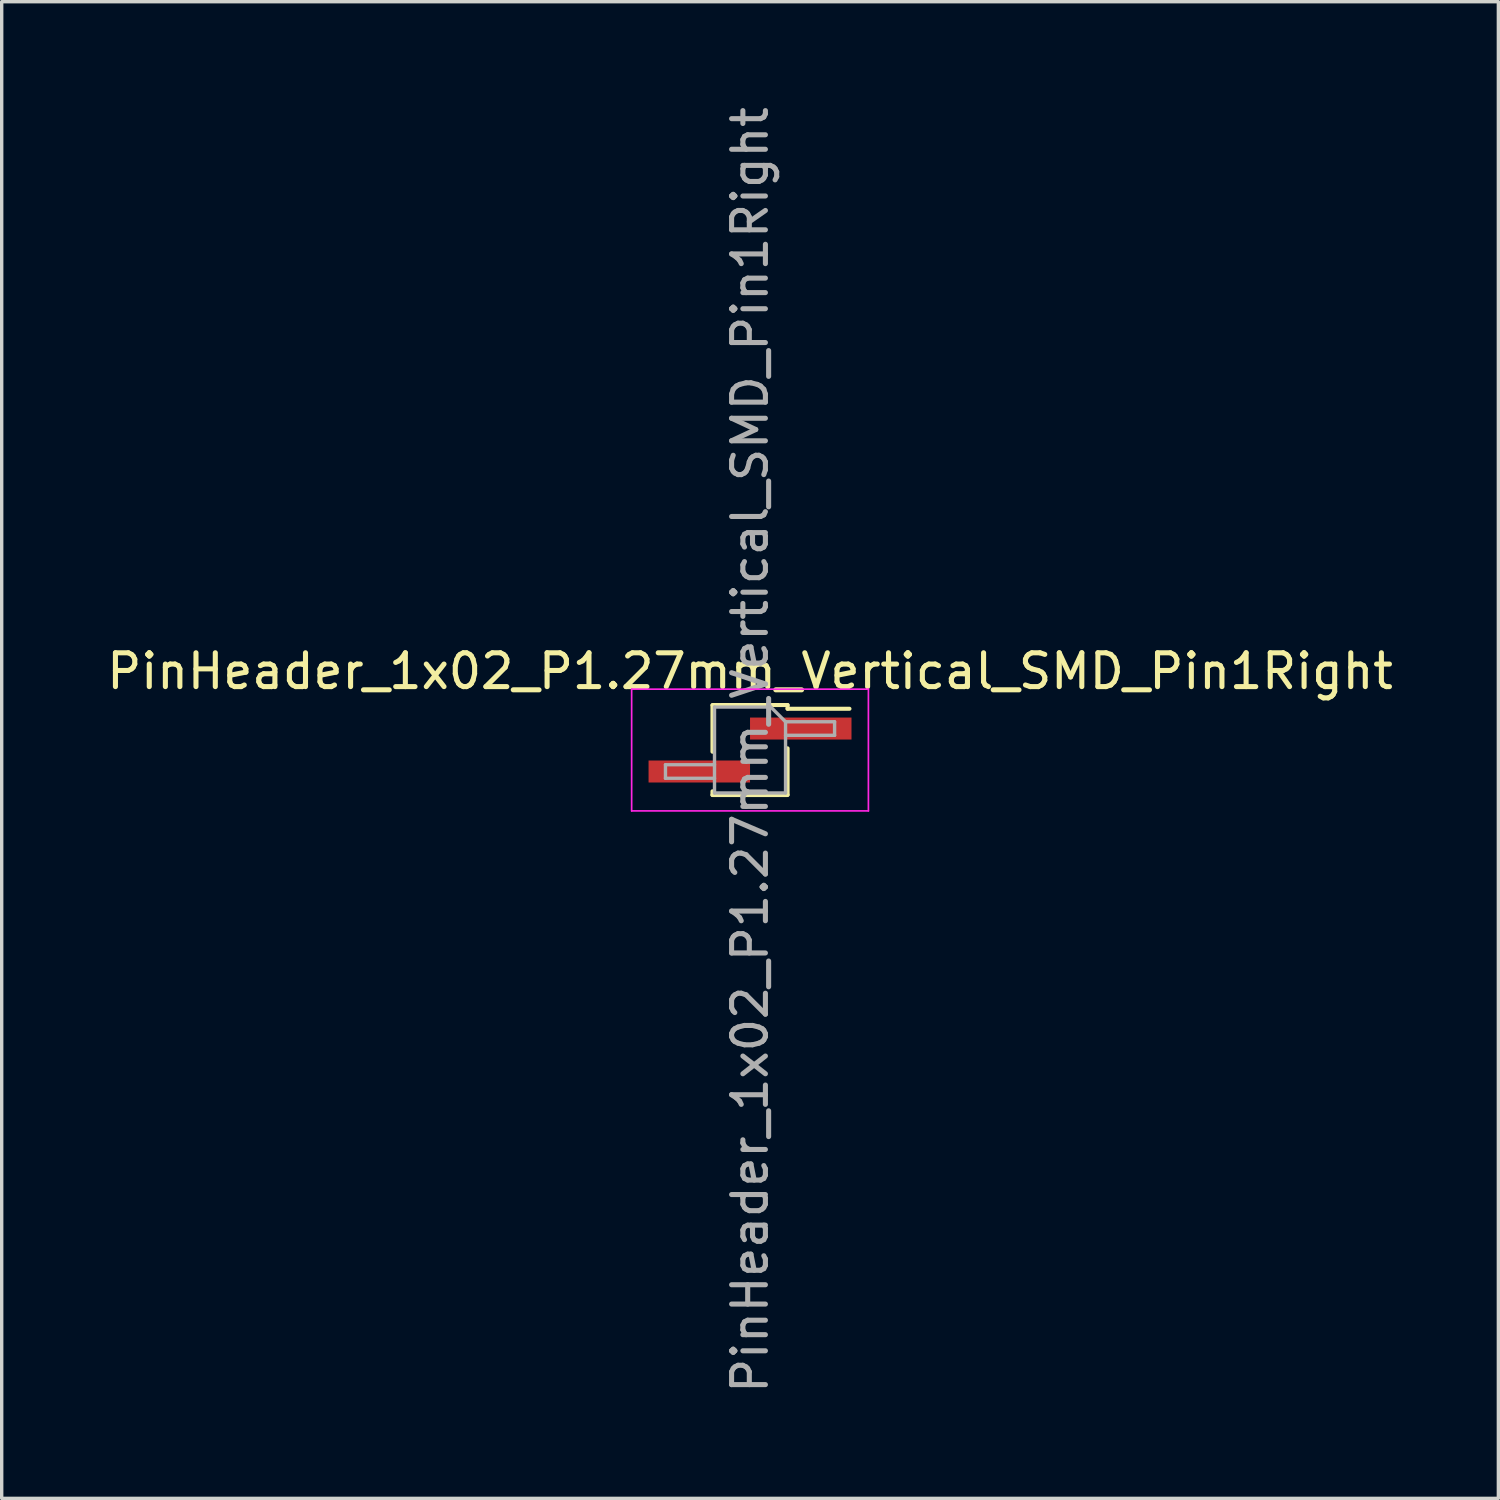
<source format=kicad_pcb>
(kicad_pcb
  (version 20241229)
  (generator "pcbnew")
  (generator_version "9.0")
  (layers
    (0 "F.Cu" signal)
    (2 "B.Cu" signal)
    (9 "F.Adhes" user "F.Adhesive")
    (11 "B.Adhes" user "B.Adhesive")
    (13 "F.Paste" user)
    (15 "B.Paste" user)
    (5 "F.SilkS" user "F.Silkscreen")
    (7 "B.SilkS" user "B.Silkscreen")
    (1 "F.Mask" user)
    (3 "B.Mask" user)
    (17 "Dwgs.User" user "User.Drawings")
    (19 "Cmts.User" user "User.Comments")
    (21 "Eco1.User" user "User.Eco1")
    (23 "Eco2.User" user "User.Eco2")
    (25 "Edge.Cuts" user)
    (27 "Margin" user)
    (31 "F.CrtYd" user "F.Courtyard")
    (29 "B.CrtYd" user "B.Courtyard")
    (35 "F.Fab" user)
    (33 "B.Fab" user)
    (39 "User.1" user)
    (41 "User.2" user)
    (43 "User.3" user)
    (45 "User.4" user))
  (footprint "PinHeader_1x02_P1.27mm_Vertical_SMD_Pin1Right"
    (layer "F.Cu")
    (at 19.125 19.125)
    (property "Reference" "PinHeader_1x02_P1.27mm_Vertical_SMD_Pin1Right" (at 0 -2.33 0) (layer "F.SilkS") (effects (font (size 1 1) (thickness 0.15))))
    (attr smd)
    (fp_line (start -1.11 -1.33) (end 1.11 -1.33) (stroke (width 0.12) (type solid)) (layer "F.SilkS"))
    (fp_line (start -1.11 -1.32) (end -1.11 0.05) (stroke (width 0.12) (type solid)) (layer "F.SilkS"))
    (fp_line (start -1.11 1.22) (end -1.11 1.33) (stroke (width 0.12) (type solid)) (layer "F.SilkS"))
    (fp_line (start -1.11 1.33) (end 1.11 1.33) (stroke (width 0.12) (type solid)) (layer "F.SilkS"))
    (fp_line (start 1.11 -1.33) (end 1.11 -1.22) (stroke (width 0.12) (type solid)) (layer "F.SilkS"))
    (fp_line (start 1.11 -1.22) (end 2.94 -1.22) (stroke (width 0.12) (type solid)) (layer "F.SilkS"))
    (fp_line (start 1.11 -0.05) (end 1.11 1.32) (stroke (width 0.12) (type solid)) (layer "F.SilkS"))
    (fp_line (start -3.5 -1.8) (end -3.5 1.8) (stroke (width 0.05) (type solid)) (layer "F.CrtYd"))
    (fp_line (start -3.5 1.8) (end 3.5 1.8) (stroke (width 0.05) (type solid)) (layer "F.CrtYd"))
    (fp_line (start 3.5 -1.8) (end -3.5 -1.8) (stroke (width 0.05) (type solid)) (layer "F.CrtYd"))
    (fp_line (start 3.5 1.8) (end 3.5 -1.8) (stroke (width 0.05) (type solid)) (layer "F.CrtYd"))
    (fp_line (start -2.5 0.435) (end -2.5 0.835) (stroke (width 0.1) (type solid)) (layer "F.Fab"))
    (fp_line (start -2.5 0.835) (end -1.05 0.835) (stroke (width 0.1) (type solid)) (layer "F.Fab"))
    (fp_line (start -1.05 -1.27) (end -1.05 1.27) (stroke (width 0.1) (type solid)) (layer "F.Fab"))
    (fp_line (start -1.05 -1.27) (end 0.615 -1.27) (stroke (width 0.1) (type solid)) (layer "F.Fab"))
    (fp_line (start -1.05 0.435) (end -2.5 0.435) (stroke (width 0.1) (type solid)) (layer "F.Fab"))
    (fp_line (start 1.05 -0.835) (end 0.615 -1.27) (stroke (width 0.1) (type solid)) (layer "F.Fab"))
    (fp_line (start 1.05 -0.835) (end 2.5 -0.835) (stroke (width 0.1) (type solid)) (layer "F.Fab"))
    (fp_line (start 1.05 1.27) (end -1.05 1.27) (stroke (width 0.1) (type solid)) (layer "F.Fab"))
    (fp_line (start 1.05 1.27) (end 1.05 -0.835) (stroke (width 0.1) (type solid)) (layer "F.Fab"))
    (fp_line (start 2.5 -0.835) (end 2.5 -0.435) (stroke (width 0.1) (type solid)) (layer "F.Fab"))
    (fp_line (start 2.5 -0.435) (end 1.05 -0.435) (stroke (width 0.1) (type solid)) (layer "F.Fab"))
    (fp_text user "${REFERENCE}" (at 0 0 90) (layer "F.Fab") (effects (font (size 1 1) (thickness 0.15))))
    (pad "1" smd rect (at 1.5 -0.635) (size 3 0.65) (layers "F.Cu" "F.Mask" "F.Paste"))
    (pad "2" smd rect (at -1.5 0.635) (size 3 0.65) (layers "F.Cu" "F.Mask" "F.Paste")))
  (gr_rect
    (start -3 -3)
    (end 41.25 41.25)
    (stroke (width 0.1) (type default))
    (fill no)
    (layer "Edge.Cuts")))
</source>
